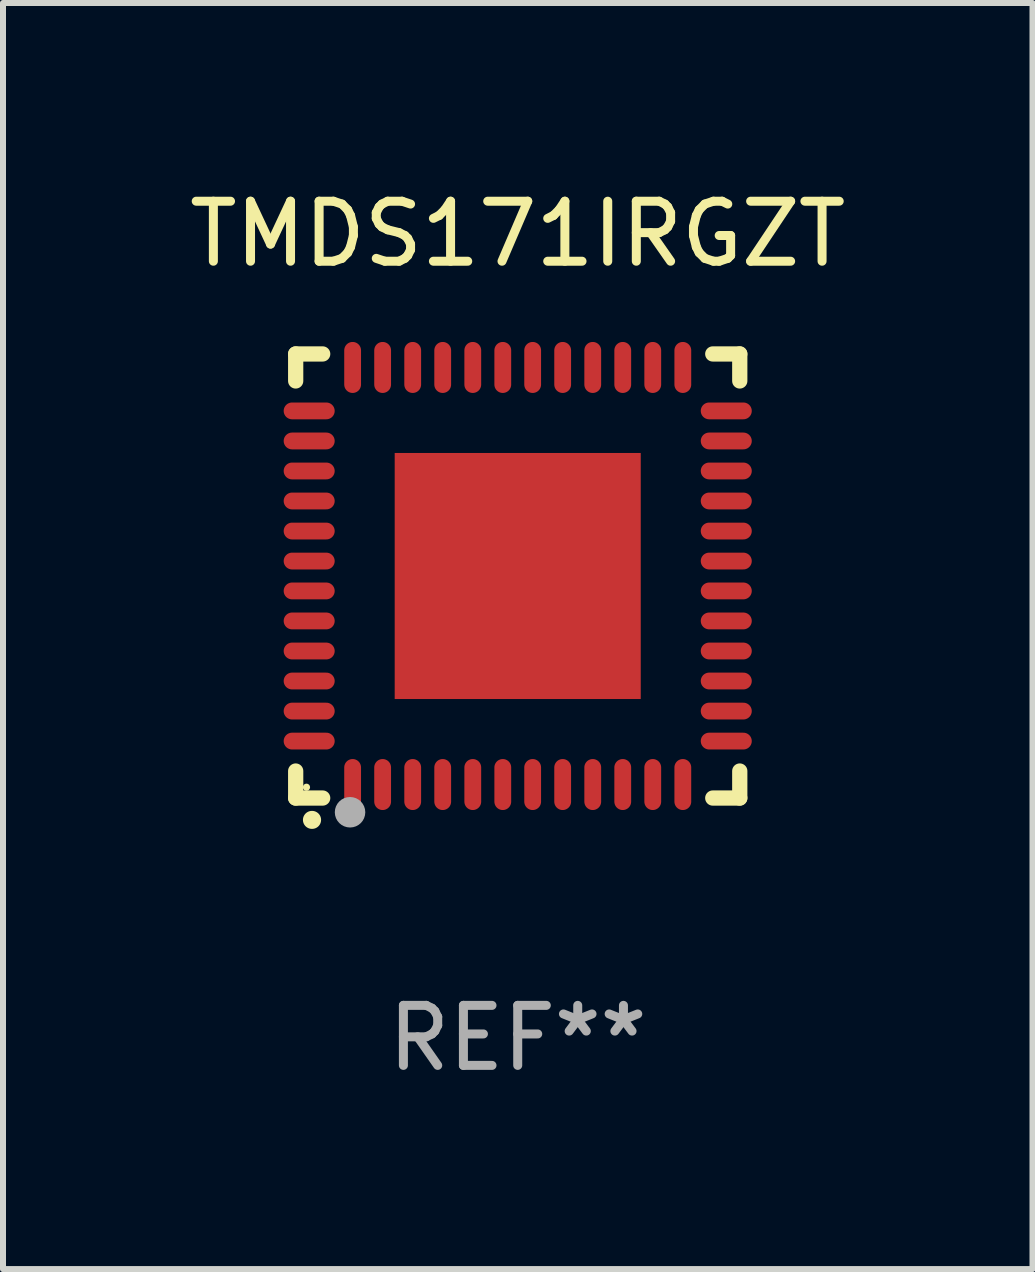
<source format=kicad_pcb>
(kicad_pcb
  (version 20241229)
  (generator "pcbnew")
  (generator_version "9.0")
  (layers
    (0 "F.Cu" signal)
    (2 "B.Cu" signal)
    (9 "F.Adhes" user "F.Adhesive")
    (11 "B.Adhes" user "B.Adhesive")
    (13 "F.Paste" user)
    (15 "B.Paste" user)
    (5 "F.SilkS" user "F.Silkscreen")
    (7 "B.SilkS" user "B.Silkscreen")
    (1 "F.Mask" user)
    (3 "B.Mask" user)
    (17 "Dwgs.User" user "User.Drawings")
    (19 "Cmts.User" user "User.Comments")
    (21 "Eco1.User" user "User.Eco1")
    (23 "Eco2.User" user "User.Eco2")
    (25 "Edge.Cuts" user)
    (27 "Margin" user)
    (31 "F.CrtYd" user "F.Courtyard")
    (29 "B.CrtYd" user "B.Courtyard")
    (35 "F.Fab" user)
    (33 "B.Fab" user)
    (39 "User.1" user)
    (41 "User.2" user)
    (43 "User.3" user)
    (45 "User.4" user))
  (footprint "TMDS171IRGZT"
    (layer "F.Cu")
    (at 5.577 6.548)
    (property "Reference" "TMDS171IRGZT" (at 0 -5.7 0) (layer "F.SilkS") (effects (font (size 1 1) (thickness 0.15))))
    (attr through_hole)
    (fp_line (start -3.7 -3.7) (end -3.25 -3.7) (stroke (width 0.254) (type solid)) (layer "F.SilkS"))
    (fp_line (start -3.7 -3.25) (end -3.7 -3.7) (stroke (width 0.254) (type solid)) (layer "F.SilkS"))
    (fp_line (start -3.7 3.7) (end -3.7 3.25) (stroke (width 0.254) (type solid)) (layer "F.SilkS"))
    (fp_line (start -3.25 3.7) (end -3.7 3.7) (stroke (width 0.254) (type solid)) (layer "F.SilkS"))
    (fp_line (start 3.25 3.7) (end 3.7 3.7) (stroke (width 0.254) (type solid)) (layer "F.SilkS"))
    (fp_line (start 3.7 -3.7) (end 3.25 -3.7) (stroke (width 0.254) (type solid)) (layer "F.SilkS"))
    (fp_line (start 3.7 -3.25) (end 3.7 -3.7) (stroke (width 0.254) (type solid)) (layer "F.SilkS"))
    (fp_line (start 3.7 3.7) (end 3.7 3.25) (stroke (width 0.254) (type solid)) (layer "F.SilkS"))
    (fp_arc (start -3.429108 4.06411) (mid -3.427838 4.064105) (end -3.426568 4.06411) (stroke (width 0.3) (type solid)) (layer "F.SilkS"))
    (fp_circle (center -3.52 3.52) (end -3.49 3.52) (stroke (width 0.06) (type solid)) (fill no) (layer "F.SilkS"))
    (fp_circle (center -2.794 3.937) (end -2.667 3.937) (stroke (width 0.254) (type solid)) (fill no) (layer "F.Fab"))
    (fp_text user "REF**" (at 0 7.7 0) (layer "F.Fab") (effects (font (size 1 1) (thickness 0.15))))
    (pad "1" smd oval (at -2.751 3.475) (size 0.28 0.85) (layers "F.Cu" "F.Mask" "F.Paste"))
    (pad "2" smd oval (at -2.251 3.475) (size 0.28 0.85) (layers "F.Cu" "F.Mask" "F.Paste"))
    (pad "3" smd oval (at -1.75 3.475) (size 0.28 0.85) (layers "F.Cu" "F.Mask" "F.Paste"))
    (pad "4" smd oval (at -1.25 3.475) (size 0.28 0.85) (layers "F.Cu" "F.Mask" "F.Paste"))
    (pad "5" smd oval (at -0.749 3.475) (size 0.28 0.85) (layers "F.Cu" "F.Mask" "F.Paste"))
    (pad "6" smd oval (at -0.249 3.475) (size 0.28 0.85) (layers "F.Cu" "F.Mask" "F.Paste"))
    (pad "7" smd oval (at 0.249 3.475) (size 0.28 0.85) (layers "F.Cu" "F.Mask" "F.Paste"))
    (pad "8" smd oval (at 0.749 3.475) (size 0.28 0.85) (layers "F.Cu" "F.Mask" "F.Paste"))
    (pad "9" smd oval (at 1.25 3.475) (size 0.28 0.85) (layers "F.Cu" "F.Mask" "F.Paste"))
    (pad "10" smd oval (at 1.75 3.475) (size 0.28 0.85) (layers "F.Cu" "F.Mask" "F.Paste"))
    (pad "11" smd oval (at 2.25 3.475) (size 0.28 0.85) (layers "F.Cu" "F.Mask" "F.Paste"))
    (pad "12" smd oval (at 2.751 3.475) (size 0.28 0.85) (layers "F.Cu" "F.Mask" "F.Paste"))
    (pad "13" smd oval (at 3.475 2.751) (size 0.85 0.28) (layers "F.Cu" "F.Mask" "F.Paste"))
    (pad "14" smd oval (at 3.475 2.251) (size 0.85 0.28) (layers "F.Cu" "F.Mask" "F.Paste"))
    (pad "15" smd oval (at 3.475 1.75) (size 0.85 0.28) (layers "F.Cu" "F.Mask" "F.Paste"))
    (pad "16" smd oval (at 3.475 1.25) (size 0.85 0.28) (layers "F.Cu" "F.Mask" "F.Paste"))
    (pad "17" smd oval (at 3.475 0.749) (size 0.85 0.28) (layers "F.Cu" "F.Mask" "F.Paste"))
    (pad "18" smd oval (at 3.475 0.249) (size 0.85 0.28) (layers "F.Cu" "F.Mask" "F.Paste"))
    (pad "19" smd oval (at 3.475 -0.249) (size 0.85 0.28) (layers "F.Cu" "F.Mask" "F.Paste"))
    (pad "20" smd oval (at 3.475 -0.749) (size 0.85 0.28) (layers "F.Cu" "F.Mask" "F.Paste"))
    (pad "21" smd oval (at 3.475 -1.25) (size 0.85 0.28) (layers "F.Cu" "F.Mask" "F.Paste"))
    (pad "22" smd oval (at 3.475 -1.75) (size 0.85 0.28) (layers "F.Cu" "F.Mask" "F.Paste"))
    (pad "23" smd oval (at 3.475 -2.25) (size 0.85 0.28) (layers "F.Cu" "F.Mask" "F.Paste"))
    (pad "24" smd oval (at 3.475 -2.751) (size 0.85 0.28) (layers "F.Cu" "F.Mask" "F.Paste"))
    (pad "25" smd oval (at 2.751 -3.475) (size 0.28 0.85) (layers "F.Cu" "F.Mask" "F.Paste"))
    (pad "26" smd oval (at 2.25 -3.475) (size 0.28 0.85) (layers "F.Cu" "F.Mask" "F.Paste"))
    (pad "27" smd oval (at 1.75 -3.475) (size 0.28 0.85) (layers "F.Cu" "F.Mask" "F.Paste"))
    (pad "28" smd oval (at 1.25 -3.475) (size 0.28 0.85) (layers "F.Cu" "F.Mask" "F.Paste"))
    (pad "29" smd oval (at 0.749 -3.475) (size 0.28 0.85) (layers "F.Cu" "F.Mask" "F.Paste"))
    (pad "30" smd oval (at 0.249 -3.475) (size 0.28 0.85) (layers "F.Cu" "F.Mask" "F.Paste"))
    (pad "31" smd oval (at -0.249 -3.475) (size 0.28 0.85) (layers "F.Cu" "F.Mask" "F.Paste"))
    (pad "32" smd oval (at -0.749 -3.475) (size 0.28 0.85) (layers "F.Cu" "F.Mask" "F.Paste"))
    (pad "33" smd oval (at -1.25 -3.475) (size 0.28 0.85) (layers "F.Cu" "F.Mask" "F.Paste"))
    (pad "34" smd oval (at -1.75 -3.475) (size 0.28 0.85) (layers "F.Cu" "F.Mask" "F.Paste"))
    (pad "35" smd oval (at -2.251 -3.475) (size 0.28 0.85) (layers "F.Cu" "F.Mask" "F.Paste"))
    (pad "36" smd oval (at -2.751 -3.475) (size 0.28 0.85) (layers "F.Cu" "F.Mask" "F.Paste"))
    (pad "37" smd oval (at -3.475 -2.751) (size 0.85 0.28) (layers "F.Cu" "F.Mask" "F.Paste"))
    (pad "38" smd oval (at -3.475 -2.25) (size 0.85 0.28) (layers "F.Cu" "F.Mask" "F.Paste"))
    (pad "39" smd oval (at -3.475 -1.75) (size 0.85 0.28) (layers "F.Cu" "F.Mask" "F.Paste"))
    (pad "40" smd oval (at -3.475 -1.25) (size 0.85 0.28) (layers "F.Cu" "F.Mask" "F.Paste"))
    (pad "41" smd oval (at -3.475 -0.749) (size 0.85 0.28) (layers "F.Cu" "F.Mask" "F.Paste"))
    (pad "42" smd oval (at -3.475 -0.249) (size 0.85 0.28) (layers "F.Cu" "F.Mask" "F.Paste"))
    (pad "43" smd oval (at -3.475 0.249) (size 0.85 0.28) (layers "F.Cu" "F.Mask" "F.Paste"))
    (pad "44" smd oval (at -3.475 0.749) (size 0.85 0.28) (layers "F.Cu" "F.Mask" "F.Paste"))
    (pad "45" smd oval (at -3.475 1.25) (size 0.85 0.28) (layers "F.Cu" "F.Mask" "F.Paste"))
    (pad "46" smd oval (at -3.475 1.75) (size 0.85 0.28) (layers "F.Cu" "F.Mask" "F.Paste"))
    (pad "47" smd oval (at -3.475 2.251) (size 0.85 0.28) (layers "F.Cu" "F.Mask" "F.Paste"))
    (pad "48" smd oval (at -3.475 2.751) (size 0.85 0.28) (layers "F.Cu" "F.Mask" "F.Paste"))
    (pad "49" smd rect (at -0.000102 0.000102) (size 4.1 4.1) (layers "F.Cu" "F.Mask" "F.Paste")))
  (gr_rect
    (start -3 -3)
    (end 14.155 18.097)
    (stroke (width 0.1) (type default))
    (fill no)
    (layer "Edge.Cuts")))
</source>
